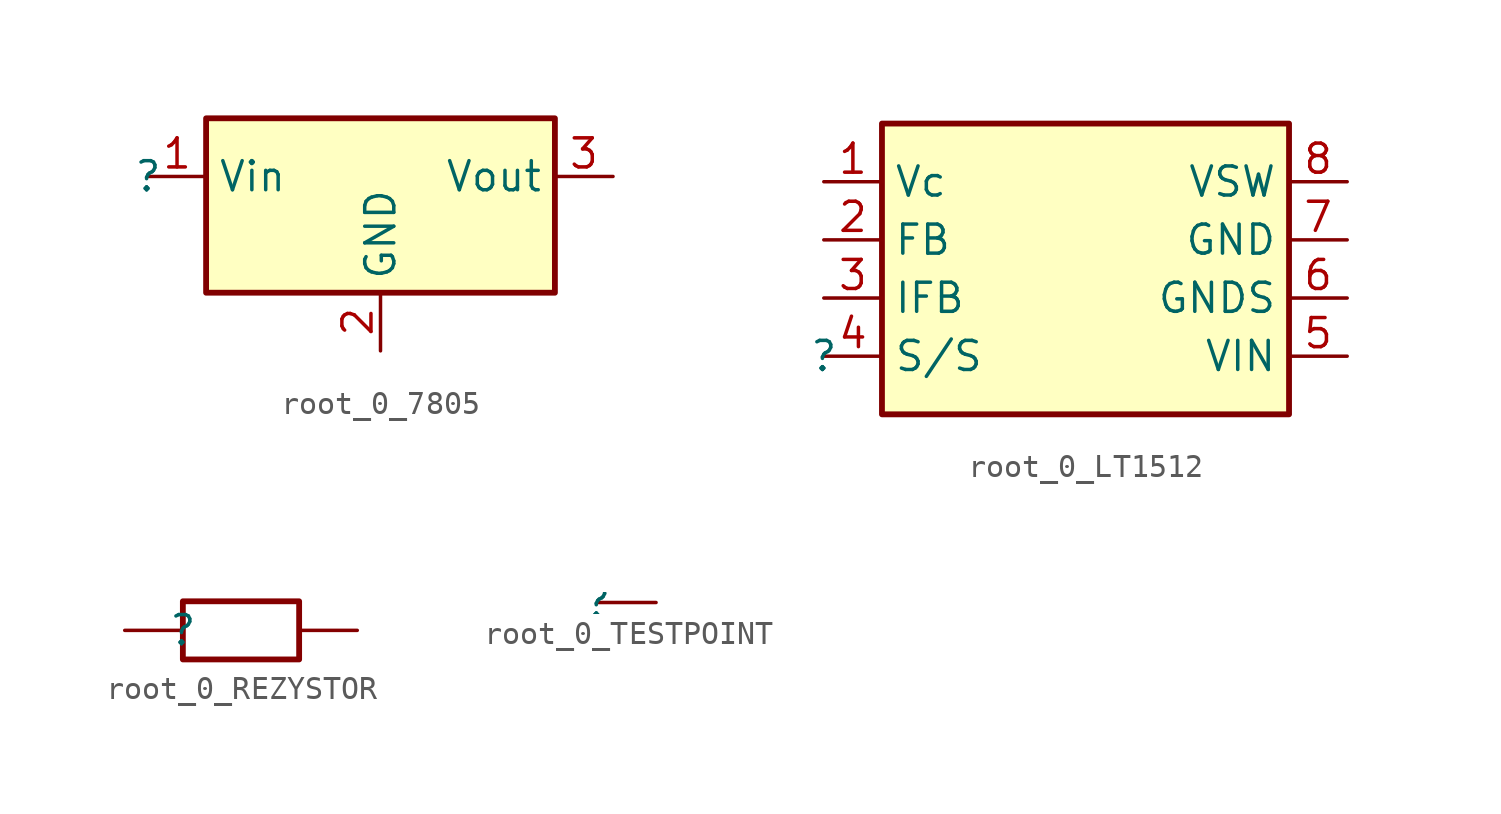
<source format=kicad_sym>
(kicad_symbol_lib
  (version 20231120)
  (generator "kicad_symbol_editor")
  (generator_version "8.0")
  (symbol "root_0_7805"
    (property "Reference" ""
      (at 0 0 0)
      (effects (font (size 1.27 1.27))))
    (property "Value" ""
      (at 0 0 0)
      (effects (font (size 1.27 1.27))))
    (symbol "root_0_7805_1_0"
      (rectangle (start 17.78 2.54) (end 2.54 -5.08) (stroke (width 0.254) (type solid) (color 128 0 0 1)) (fill (type background)))
      (pin power_in line (at 0 0 0) (length 2.54) (name "Vin" (effects (font (size 1.27 1.27)))) (number "1" (effects (font (size 1.27 1.27)))))
      (pin power_in line (at 10.16 -7.62 90) (length 2.54) (name "GND" (effects (font (size 1.27 1.27)))) (number "2" (effects (font (size 1.27 1.27)))))
      (pin power_in line (at 20.32 0 180) (length 2.54) (name "Vout" (effects (font (size 1.27 1.27)))) (number "3" (effects (font (size 1.27 1.27)))))))
  (symbol "root_0_LT1512"
    (property "Reference" ""
      (at 0 0 0)
      (effects (font (size 1.27 1.27))))
    (property "Value" ""
      (at 0 0 0)
      (effects (font (size 1.27 1.27))))
    (symbol "root_0_LT1512_1_0"
      (rectangle (start 20.32 10.16) (end 2.54 -2.54) (stroke (width 0.254) (type solid) (color 128 0 0 1)) (fill (type background)))
      (pin passive line (at 0 7.62 0) (length 2.54) (name "Vc" (effects (font (size 1.27 1.27)))) (number "1" (effects (font (size 1.27 1.27)))))
      (pin passive line (at 0 5.08 0) (length 2.54) (name "FB" (effects (font (size 1.27 1.27)))) (number "2" (effects (font (size 1.27 1.27)))))
      (pin passive line (at 0 2.54 0) (length 2.54) (name "IFB" (effects (font (size 1.27 1.27)))) (number "3" (effects (font (size 1.27 1.27)))))
      (pin passive line (at 0 0 0) (length 2.54) (name "S/S" (effects (font (size 1.27 1.27)))) (number "4" (effects (font (size 1.27 1.27)))))
      (pin passive line (at 22.86 0 180) (length 2.54) (name "VIN" (effects (font (size 1.27 1.27)))) (number "5" (effects (font (size 1.27 1.27)))))
      (pin passive line (at 22.86 2.54 180) (length 2.54) (name "GNDS" (effects (font (size 1.27 1.27)))) (number "6" (effects (font (size 1.27 1.27)))))
      (pin passive line (at 22.86 5.08 180) (length 2.54) (name "GND" (effects (font (size 1.27 1.27)))) (number "7" (effects (font (size 1.27 1.27)))))
      (pin passive line (at 22.86 7.62 180) (length 2.54) (name "VSW" (effects (font (size 1.27 1.27)))) (number "8" (effects (font (size 1.27 1.27)))))))
  (symbol "root_0_REZYSTOR"
    (property "Reference" ""
      (at 0 0 0)
      (effects (font (size 1.27 1.27))))
    (property "Value" ""
      (at 0 0 0)
      (effects (font (size 1.27 1.27))))
    (symbol "root_0_REZYSTOR_1_0"
      (polyline (pts (xy 0 0) (xy 0 -1.27) (xy 5.08 -1.27) (xy 5.08 1.27) (xy 0 1.27) (xy 0 0)) (stroke (width 0.254) (type solid)) (fill (type none)))
      (pin passive line (at -2.54 0 0) (length 2.54) (name "" (effects (font (size 0 0)))) (number "1" (effects (font (size 0 0)))))
      (pin passive line (at 7.62 0 180) (length 2.54) (name "" (effects (font (size 0 0)))) (number "2" (effects (font (size 0 0)))))))
  (symbol "root_0_TESTPOINT"
    (property "Reference" ""
      (at 0 0 0)
      (effects (font (size 1.27 1.27))))
    (property "Value" ""
      (at 0 0 0)
      (effects (font (size 1.27 1.27))))
    (symbol "root_0_TESTPOINT_1_0"
      (pin passive line (at 2.54 0 180) (length 2.54) (name "" (effects (font (size 0 0)))) (number "1" (effects (font (size 0 0))))))))
</source>
